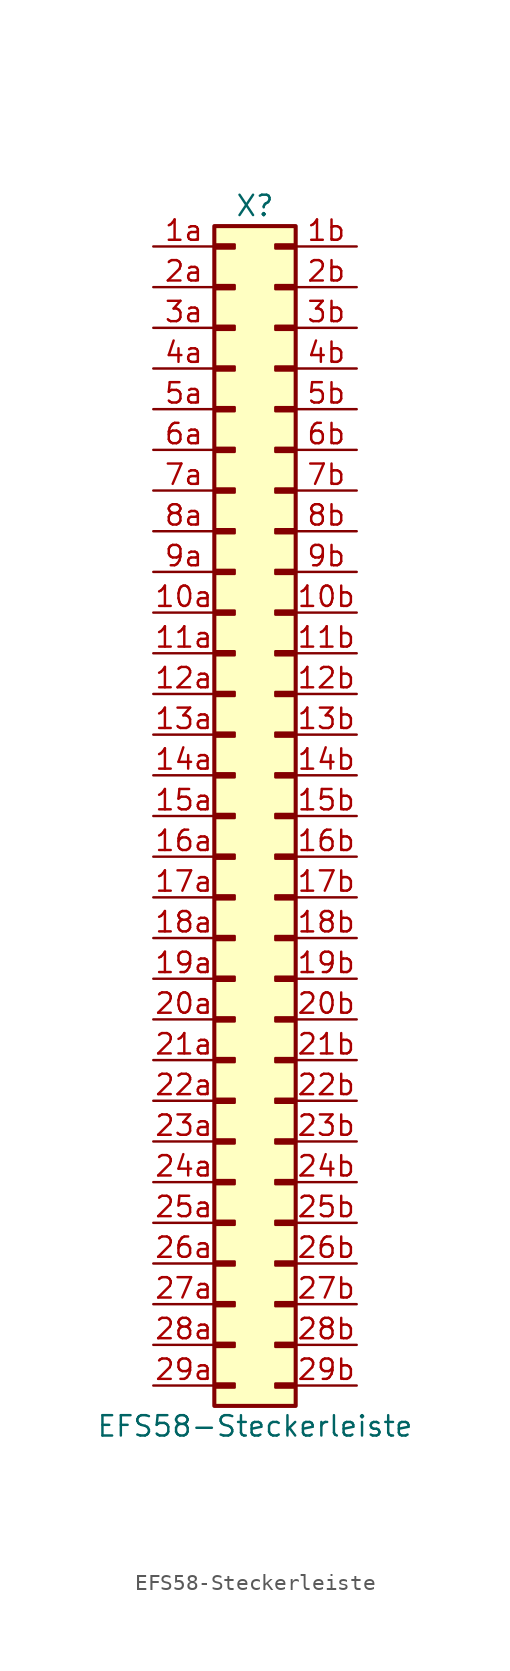
<source format=kicad_sym>
(kicad_symbol_lib
  (version 20211014)
  (generator kicad_symbol_editor)
  (symbol "EFS58-Steckerleiste"
    (pin_names
      (offset 1.016) hide)
    (property "Reference" "X"
      (at 0 38.1 0)
      (effects (font (size 1.27 1.27))))
    (property "Value" "EFS58-Steckerleiste"
      (at 0 -38.1 0)
      (effects (font (size 1.27 1.27))))
    (symbol "EFS58-Steckerleiste_1_1"
      (rectangle (start -2.54 -35.433) (end -1.27 -35.687) (stroke (width 0.152) (type default) (color 0 0 0 0)) (fill (type outline)))
      (rectangle (start -2.54 -32.893) (end -1.27 -33.147) (stroke (width 0.152) (type default) (color 0 0 0 0)) (fill (type outline)))
      (rectangle (start -2.54 -30.353) (end -1.27 -30.607) (stroke (width 0.152) (type default) (color 0 0 0 0)) (fill (type outline)))
      (rectangle (start -2.54 -27.813) (end -1.27 -28.067) (stroke (width 0.152) (type default) (color 0 0 0 0)) (fill (type outline)))
      (rectangle (start -2.54 -25.273) (end -1.27 -25.527) (stroke (width 0.152) (type default) (color 0 0 0 0)) (fill (type outline)))
      (rectangle (start -2.54 -22.733) (end -1.27 -22.987) (stroke (width 0.152) (type default) (color 0 0 0 0)) (fill (type outline)))
      (rectangle (start -2.54 -20.193) (end -1.27 -20.447) (stroke (width 0.152) (type default) (color 0 0 0 0)) (fill (type outline)))
      (rectangle (start -2.54 -17.653) (end -1.27 -17.907) (stroke (width 0.152) (type default) (color 0 0 0 0)) (fill (type outline)))
      (rectangle (start -2.54 -15.113) (end -1.27 -15.367) (stroke (width 0.152) (type default) (color 0 0 0 0)) (fill (type outline)))
      (rectangle (start -2.54 -12.573) (end -1.27 -12.827) (stroke (width 0.152) (type default) (color 0 0 0 0)) (fill (type outline)))
      (rectangle (start -2.54 -10.033) (end -1.27 -10.287) (stroke (width 0.152) (type default) (color 0 0 0 0)) (fill (type outline)))
      (rectangle (start -2.54 -7.493) (end -1.27 -7.747) (stroke (width 0.152) (type default) (color 0 0 0 0)) (fill (type outline)))
      (rectangle (start -2.54 -4.953) (end -1.27 -5.207) (stroke (width 0.152) (type default) (color 0 0 0 0)) (fill (type outline)))
      (rectangle (start -2.54 -2.413) (end -1.27 -2.667) (stroke (width 0.152) (type default) (color 0 0 0 0)) (fill (type outline)))
      (rectangle (start -2.54 0.127) (end -1.27 -0.127) (stroke (width 0.152) (type default) (color 0 0 0 0)) (fill (type outline)))
      (rectangle (start -2.54 2.667) (end -1.27 2.413) (stroke (width 0.152) (type default) (color 0 0 0 0)) (fill (type outline)))
      (rectangle (start -2.54 5.207) (end -1.27 4.953) (stroke (width 0.152) (type default) (color 0 0 0 0)) (fill (type outline)))
      (rectangle (start -2.54 7.747) (end -1.27 7.493) (stroke (width 0.152) (type default) (color 0 0 0 0)) (fill (type outline)))
      (rectangle (start -2.54 10.287) (end -1.27 10.033) (stroke (width 0.152) (type default) (color 0 0 0 0)) (fill (type outline)))
      (rectangle (start -2.54 12.827) (end -1.27 12.573) (stroke (width 0.152) (type default) (color 0 0 0 0)) (fill (type outline)))
      (rectangle (start -2.54 15.367) (end -1.27 15.113) (stroke (width 0.152) (type default) (color 0 0 0 0)) (fill (type outline)))
      (rectangle (start -2.54 17.907) (end -1.27 17.653) (stroke (width 0.152) (type default) (color 0 0 0 0)) (fill (type outline)))
      (rectangle (start -2.54 20.447) (end -1.27 20.193) (stroke (width 0.152) (type default) (color 0 0 0 0)) (fill (type outline)))
      (rectangle (start -2.54 22.987) (end -1.27 22.733) (stroke (width 0.152) (type default) (color 0 0 0 0)) (fill (type outline)))
      (rectangle (start -2.54 25.527) (end -1.27 25.273) (stroke (width 0.152) (type default) (color 0 0 0 0)) (fill (type outline)))
      (rectangle (start -2.54 28.067) (end -1.27 27.813) (stroke (width 0.152) (type default) (color 0 0 0 0)) (fill (type outline)))
      (rectangle (start -2.54 30.607) (end -1.27 30.353) (stroke (width 0.152) (type default) (color 0 0 0 0)) (fill (type outline)))
      (rectangle (start -2.54 33.147) (end -1.27 32.893) (stroke (width 0.152) (type default) (color 0 0 0 0)) (fill (type outline)))
      (rectangle (start -2.54 35.687) (end -1.27 35.433) (stroke (width 0.152) (type default) (color 0 0 0 0)) (fill (type outline)))
      (rectangle (start -2.54 36.83) (end 2.54 -36.83) (stroke (width 0.254) (type default) (color 0 0 0 0)) (fill (type background)))
      (rectangle (start 2.54 -35.433) (end 1.27 -35.687) (stroke (width 0.152) (type default) (color 0 0 0 0)) (fill (type outline)))
      (rectangle (start 2.54 -32.893) (end 1.27 -33.147) (stroke (width 0.152) (type default) (color 0 0 0 0)) (fill (type outline)))
      (rectangle (start 2.54 -30.353) (end 1.27 -30.607) (stroke (width 0.152) (type default) (color 0 0 0 0)) (fill (type outline)))
      (rectangle (start 2.54 -27.813) (end 1.27 -28.067) (stroke (width 0.152) (type default) (color 0 0 0 0)) (fill (type outline)))
      (rectangle (start 2.54 -25.273) (end 1.27 -25.527) (stroke (width 0.152) (type default) (color 0 0 0 0)) (fill (type outline)))
      (rectangle (start 2.54 -22.733) (end 1.27 -22.987) (stroke (width 0.152) (type default) (color 0 0 0 0)) (fill (type outline)))
      (rectangle (start 2.54 -20.193) (end 1.27 -20.447) (stroke (width 0.152) (type default) (color 0 0 0 0)) (fill (type outline)))
      (rectangle (start 2.54 -17.653) (end 1.27 -17.907) (stroke (width 0.152) (type default) (color 0 0 0 0)) (fill (type outline)))
      (rectangle (start 2.54 -15.113) (end 1.27 -15.367) (stroke (width 0.152) (type default) (color 0 0 0 0)) (fill (type outline)))
      (rectangle (start 2.54 -12.573) (end 1.27 -12.827) (stroke (width 0.152) (type default) (color 0 0 0 0)) (fill (type outline)))
      (rectangle (start 2.54 -10.033) (end 1.27 -10.287) (stroke (width 0.152) (type default) (color 0 0 0 0)) (fill (type outline)))
      (rectangle (start 2.54 -7.493) (end 1.27 -7.747) (stroke (width 0.152) (type default) (color 0 0 0 0)) (fill (type outline)))
      (rectangle (start 2.54 -4.953) (end 1.27 -5.207) (stroke (width 0.152) (type default) (color 0 0 0 0)) (fill (type outline)))
      (rectangle (start 2.54 -2.413) (end 1.27 -2.667) (stroke (width 0.152) (type default) (color 0 0 0 0)) (fill (type outline)))
      (rectangle (start 2.54 0.127) (end 1.27 -0.127) (stroke (width 0.152) (type default) (color 0 0 0 0)) (fill (type outline)))
      (rectangle (start 2.54 2.667) (end 1.27 2.413) (stroke (width 0.152) (type default) (color 0 0 0 0)) (fill (type outline)))
      (rectangle (start 2.54 5.207) (end 1.27 4.953) (stroke (width 0.152) (type default) (color 0 0 0 0)) (fill (type outline)))
      (rectangle (start 2.54 7.747) (end 1.27 7.493) (stroke (width 0.152) (type default) (color 0 0 0 0)) (fill (type outline)))
      (rectangle (start 2.54 10.287) (end 1.27 10.033) (stroke (width 0.152) (type default) (color 0 0 0 0)) (fill (type outline)))
      (rectangle (start 2.54 12.827) (end 1.27 12.573) (stroke (width 0.152) (type default) (color 0 0 0 0)) (fill (type outline)))
      (rectangle (start 2.54 15.367) (end 1.27 15.113) (stroke (width 0.152) (type default) (color 0 0 0 0)) (fill (type outline)))
      (rectangle (start 2.54 17.907) (end 1.27 17.653) (stroke (width 0.152) (type default) (color 0 0 0 0)) (fill (type outline)))
      (rectangle (start 2.54 20.447) (end 1.27 20.193) (stroke (width 0.152) (type default) (color 0 0 0 0)) (fill (type outline)))
      (rectangle (start 2.54 22.987) (end 1.27 22.733) (stroke (width 0.152) (type default) (color 0 0 0 0)) (fill (type outline)))
      (rectangle (start 2.54 25.527) (end 1.27 25.273) (stroke (width 0.152) (type default) (color 0 0 0 0)) (fill (type outline)))
      (rectangle (start 2.54 28.067) (end 1.27 27.813) (stroke (width 0.152) (type default) (color 0 0 0 0)) (fill (type outline)))
      (rectangle (start 2.54 30.607) (end 1.27 30.353) (stroke (width 0.152) (type default) (color 0 0 0 0)) (fill (type outline)))
      (rectangle (start 2.54 33.147) (end 1.27 32.893) (stroke (width 0.152) (type default) (color 0 0 0 0)) (fill (type outline)))
      (rectangle (start 2.54 35.687) (end 1.27 35.433) (stroke (width 0.152) (type default) (color 0 0 0 0)) (fill (type outline)))
      (pin passive line (at -6.35 12.7 0) (length 3.81) (name "Pin_10a" (effects (font (size 1.27 1.27)))) (number "10a" (effects (font (size 1.27 1.27)))))
      (pin passive line (at 6.35 12.7 180) (length 3.81) (name "Pin_10b" (effects (font (size 1.27 1.27)))) (number "10b" (effects (font (size 1.27 1.27)))))
      (pin passive line (at -6.35 10.16 0) (length 3.81) (name "Pin_11a" (effects (font (size 1.27 1.27)))) (number "11a" (effects (font (size 1.27 1.27)))))
      (pin passive line (at 6.35 10.16 180) (length 3.81) (name "Pin_11b" (effects (font (size 1.27 1.27)))) (number "11b" (effects (font (size 1.27 1.27)))))
      (pin passive line (at -6.35 7.62 0) (length 3.81) (name "Pin_12a" (effects (font (size 1.27 1.27)))) (number "12a" (effects (font (size 1.27 1.27)))))
      (pin passive line (at 6.35 7.62 180) (length 3.81) (name "Pin_12b" (effects (font (size 1.27 1.27)))) (number "12b" (effects (font (size 1.27 1.27)))))
      (pin passive line (at -6.35 5.08 0) (length 3.81) (name "Pin_13a" (effects (font (size 1.27 1.27)))) (number "13a" (effects (font (size 1.27 1.27)))))
      (pin passive line (at 6.35 5.08 180) (length 3.81) (name "Pin_13b" (effects (font (size 1.27 1.27)))) (number "13b" (effects (font (size 1.27 1.27)))))
      (pin passive line (at -6.35 2.54 0) (length 3.81) (name "Pin_14a" (effects (font (size 1.27 1.27)))) (number "14a" (effects (font (size 1.27 1.27)))))
      (pin passive line (at 6.35 2.54 180) (length 3.81) (name "Pin_14b" (effects (font (size 1.27 1.27)))) (number "14b" (effects (font (size 1.27 1.27)))))
      (pin passive line (at -6.35 0 0) (length 3.81) (name "Pin_15a" (effects (font (size 1.27 1.27)))) (number "15a" (effects (font (size 1.27 1.27)))))
      (pin passive line (at 6.35 0 180) (length 3.81) (name "Pin_15b" (effects (font (size 1.27 1.27)))) (number "15b" (effects (font (size 1.27 1.27)))))
      (pin passive line (at -6.35 -2.54 0) (length 3.81) (name "Pin_16a" (effects (font (size 1.27 1.27)))) (number "16a" (effects (font (size 1.27 1.27)))))
      (pin passive line (at 6.35 -2.54 180) (length 3.81) (name "Pin_16b" (effects (font (size 1.27 1.27)))) (number "16b" (effects (font (size 1.27 1.27)))))
      (pin passive line (at -6.35 -5.08 0) (length 3.81) (name "Pin_17a" (effects (font (size 1.27 1.27)))) (number "17a" (effects (font (size 1.27 1.27)))))
      (pin passive line (at 6.35 -5.08 180) (length 3.81) (name "Pin_17b" (effects (font (size 1.27 1.27)))) (number "17b" (effects (font (size 1.27 1.27)))))
      (pin passive line (at -6.35 -7.62 0) (length 3.81) (name "Pin_18a" (effects (font (size 1.27 1.27)))) (number "18a" (effects (font (size 1.27 1.27)))))
      (pin passive line (at 6.35 -7.62 180) (length 3.81) (name "Pin_18b" (effects (font (size 1.27 1.27)))) (number "18b" (effects (font (size 1.27 1.27)))))
      (pin passive line (at -6.35 -10.16 0) (length 3.81) (name "Pin_19a" (effects (font (size 1.27 1.27)))) (number "19a" (effects (font (size 1.27 1.27)))))
      (pin passive line (at 6.35 -10.16 180) (length 3.81) (name "Pin_19b" (effects (font (size 1.27 1.27)))) (number "19b" (effects (font (size 1.27 1.27)))))
      (pin passive line (at -6.35 35.56 0) (length 3.81) (name "Pin_1a" (effects (font (size 1.27 1.27)))) (number "1a" (effects (font (size 1.27 1.27)))))
      (pin passive line (at 6.35 35.56 180) (length 3.81) (name "Pin_1b" (effects (font (size 1.27 1.27)))) (number "1b" (effects (font (size 1.27 1.27)))))
      (pin passive line (at -6.35 -12.7 0) (length 3.81) (name "Pin_20a" (effects (font (size 1.27 1.27)))) (number "20a" (effects (font (size 1.27 1.27)))))
      (pin passive line (at 6.35 -12.7 180) (length 3.81) (name "Pin_20b" (effects (font (size 1.27 1.27)))) (number "20b" (effects (font (size 1.27 1.27)))))
      (pin passive line (at -6.35 -15.24 0) (length 3.81) (name "Pin_21a" (effects (font (size 1.27 1.27)))) (number "21a" (effects (font (size 1.27 1.27)))))
      (pin passive line (at 6.35 -15.24 180) (length 3.81) (name "Pin_21b" (effects (font (size 1.27 1.27)))) (number "21b" (effects (font (size 1.27 1.27)))))
      (pin passive line (at -6.35 -17.78 0) (length 3.81) (name "Pin_22a" (effects (font (size 1.27 1.27)))) (number "22a" (effects (font (size 1.27 1.27)))))
      (pin passive line (at 6.35 -17.78 180) (length 3.81) (name "Pin_22b" (effects (font (size 1.27 1.27)))) (number "22b" (effects (font (size 1.27 1.27)))))
      (pin passive line (at -6.35 -20.32 0) (length 3.81) (name "Pin_23a" (effects (font (size 1.27 1.27)))) (number "23a" (effects (font (size 1.27 1.27)))))
      (pin passive line (at 6.35 -20.32 180) (length 3.81) (name "Pin_23b" (effects (font (size 1.27 1.27)))) (number "23b" (effects (font (size 1.27 1.27)))))
      (pin passive line (at -6.35 -22.86 0) (length 3.81) (name "Pin_24a" (effects (font (size 1.27 1.27)))) (number "24a" (effects (font (size 1.27 1.27)))))
      (pin passive line (at 6.35 -22.86 180) (length 3.81) (name "Pin_24b" (effects (font (size 1.27 1.27)))) (number "24b" (effects (font (size 1.27 1.27)))))
      (pin passive line (at -6.35 -25.4 0) (length 3.81) (name "Pin_25a" (effects (font (size 1.27 1.27)))) (number "25a" (effects (font (size 1.27 1.27)))))
      (pin passive line (at 6.35 -25.4 180) (length 3.81) (name "Pin_25b" (effects (font (size 1.27 1.27)))) (number "25b" (effects (font (size 1.27 1.27)))))
      (pin passive line (at -6.35 -27.94 0) (length 3.81) (name "Pin_26a" (effects (font (size 1.27 1.27)))) (number "26a" (effects (font (size 1.27 1.27)))))
      (pin passive line (at 6.35 -27.94 180) (length 3.81) (name "Pin_26b" (effects (font (size 1.27 1.27)))) (number "26b" (effects (font (size 1.27 1.27)))))
      (pin passive line (at -6.35 -30.48 0) (length 3.81) (name "Pin_27a" (effects (font (size 1.27 1.27)))) (number "27a" (effects (font (size 1.27 1.27)))))
      (pin passive line (at 6.35 -30.48 180) (length 3.81) (name "Pin_27b" (effects (font (size 1.27 1.27)))) (number "27b" (effects (font (size 1.27 1.27)))))
      (pin passive line (at -6.35 -33.02 0) (length 3.81) (name "Pin_28a" (effects (font (size 1.27 1.27)))) (number "28a" (effects (font (size 1.27 1.27)))))
      (pin passive line (at 6.35 -33.02 180) (length 3.81) (name "Pin_28b" (effects (font (size 1.27 1.27)))) (number "28b" (effects (font (size 1.27 1.27)))))
      (pin passive line (at -6.35 -35.56 0) (length 3.81) (name "Pin_29a" (effects (font (size 1.27 1.27)))) (number "29a" (effects (font (size 1.27 1.27)))))
      (pin passive line (at 6.35 -35.56 180) (length 3.81) (name "Pin_29b" (effects (font (size 1.27 1.27)))) (number "29b" (effects (font (size 1.27 1.27)))))
      (pin passive line (at -6.35 33.02 0) (length 3.81) (name "Pin_2a" (effects (font (size 1.27 1.27)))) (number "2a" (effects (font (size 1.27 1.27)))))
      (pin passive line (at 6.35 33.02 180) (length 3.81) (name "Pin_2b" (effects (font (size 1.27 1.27)))) (number "2b" (effects (font (size 1.27 1.27)))))
      (pin passive line (at -6.35 30.48 0) (length 3.81) (name "Pin_3a" (effects (font (size 1.27 1.27)))) (number "3a" (effects (font (size 1.27 1.27)))))
      (pin passive line (at 6.35 30.48 180) (length 3.81) (name "Pin_3b" (effects (font (size 1.27 1.27)))) (number "3b" (effects (font (size 1.27 1.27)))))
      (pin passive line (at -6.35 27.94 0) (length 3.81) (name "Pin_4a" (effects (font (size 1.27 1.27)))) (number "4a" (effects (font (size 1.27 1.27)))))
      (pin passive line (at 6.35 27.94 180) (length 3.81) (name "Pin_4b" (effects (font (size 1.27 1.27)))) (number "4b" (effects (font (size 1.27 1.27)))))
      (pin passive line (at -6.35 25.4 0) (length 3.81) (name "Pin_5a" (effects (font (size 1.27 1.27)))) (number "5a" (effects (font (size 1.27 1.27)))))
      (pin passive line (at 6.35 25.4 180) (length 3.81) (name "Pin_5b" (effects (font (size 1.27 1.27)))) (number "5b" (effects (font (size 1.27 1.27)))))
      (pin passive line (at -6.35 22.86 0) (length 3.81) (name "Pin_6a" (effects (font (size 1.27 1.27)))) (number "6a" (effects (font (size 1.27 1.27)))))
      (pin passive line (at 6.35 22.86 180) (length 3.81) (name "Pin_6b" (effects (font (size 1.27 1.27)))) (number "6b" (effects (font (size 1.27 1.27)))))
      (pin passive line (at -6.35 20.32 0) (length 3.81) (name "Pin_7a" (effects (font (size 1.27 1.27)))) (number "7a" (effects (font (size 1.27 1.27)))))
      (pin passive line (at 6.35 20.32 180) (length 3.81) (name "Pin_7b" (effects (font (size 1.27 1.27)))) (number "7b" (effects (font (size 1.27 1.27)))))
      (pin passive line (at -6.35 17.78 0) (length 3.81) (name "Pin_8a" (effects (font (size 1.27 1.27)))) (number "8a" (effects (font (size 1.27 1.27)))))
      (pin passive line (at 6.35 17.78 180) (length 3.81) (name "Pin_8b" (effects (font (size 1.27 1.27)))) (number "8b" (effects (font (size 1.27 1.27)))))
      (pin passive line (at -6.35 15.24 0) (length 3.81) (name "Pin_9a" (effects (font (size 1.27 1.27)))) (number "9a" (effects (font (size 1.27 1.27)))))
      (pin passive line (at 6.35 15.24 180) (length 3.81) (name "Pin_9b" (effects (font (size 1.27 1.27)))) (number "9b" (effects (font (size 1.27 1.27))))))))
</source>
